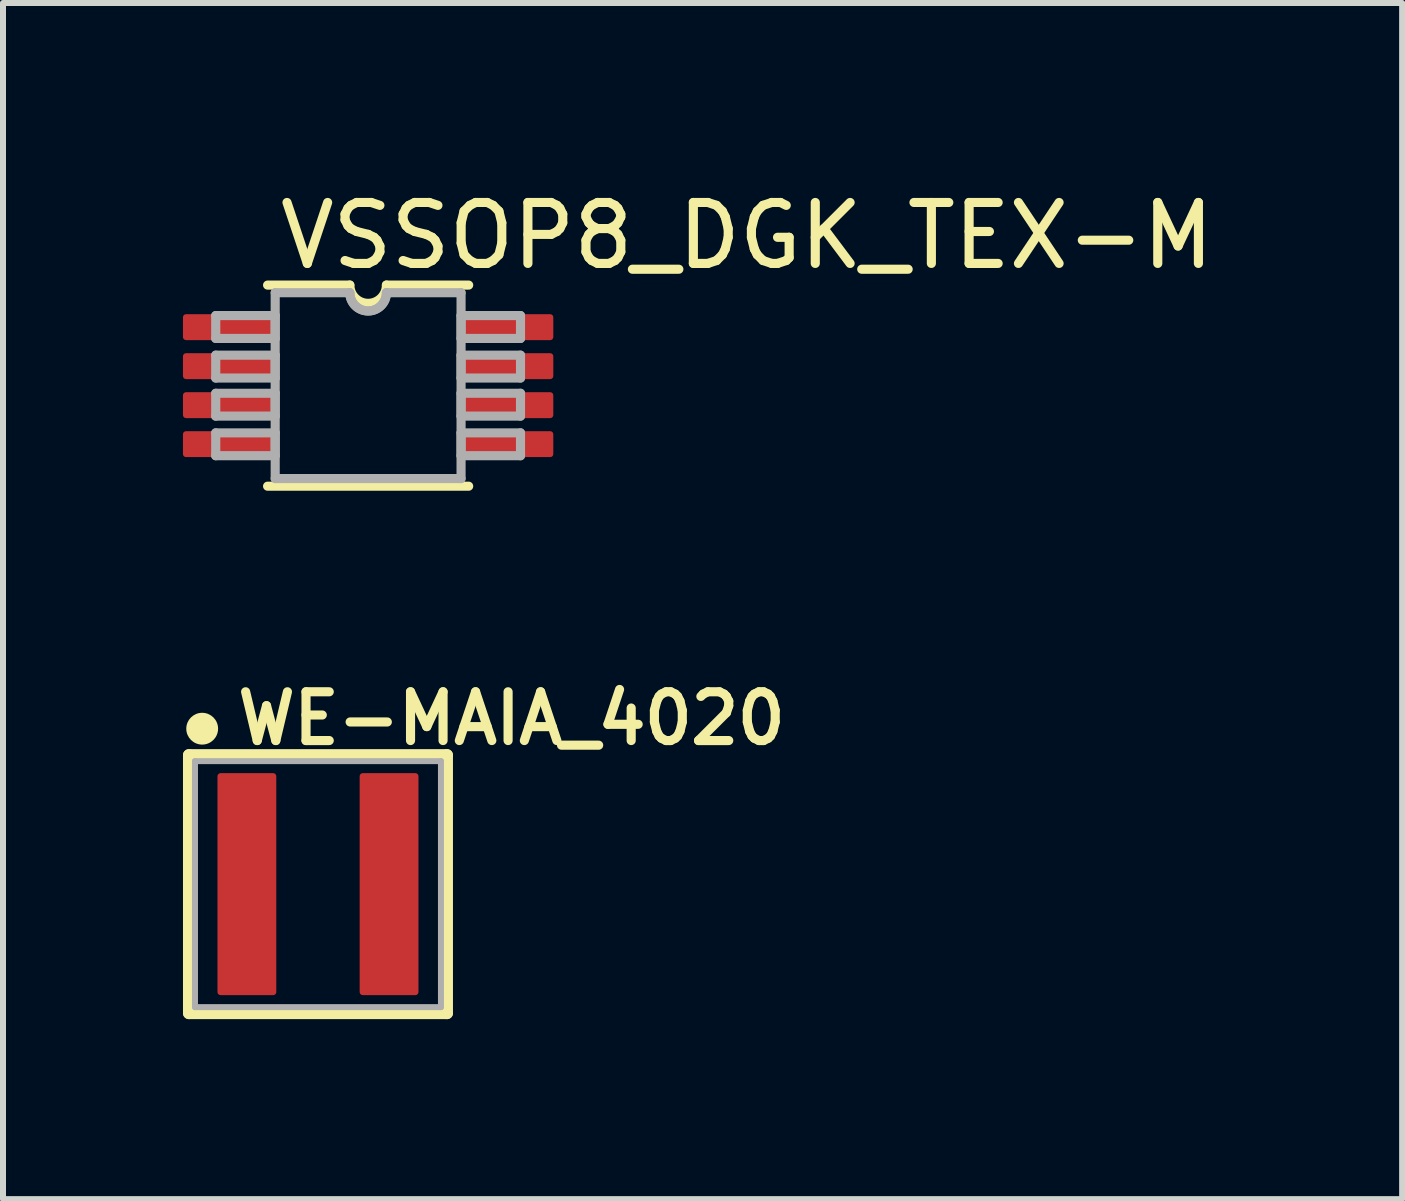
<source format=kicad_pcb>
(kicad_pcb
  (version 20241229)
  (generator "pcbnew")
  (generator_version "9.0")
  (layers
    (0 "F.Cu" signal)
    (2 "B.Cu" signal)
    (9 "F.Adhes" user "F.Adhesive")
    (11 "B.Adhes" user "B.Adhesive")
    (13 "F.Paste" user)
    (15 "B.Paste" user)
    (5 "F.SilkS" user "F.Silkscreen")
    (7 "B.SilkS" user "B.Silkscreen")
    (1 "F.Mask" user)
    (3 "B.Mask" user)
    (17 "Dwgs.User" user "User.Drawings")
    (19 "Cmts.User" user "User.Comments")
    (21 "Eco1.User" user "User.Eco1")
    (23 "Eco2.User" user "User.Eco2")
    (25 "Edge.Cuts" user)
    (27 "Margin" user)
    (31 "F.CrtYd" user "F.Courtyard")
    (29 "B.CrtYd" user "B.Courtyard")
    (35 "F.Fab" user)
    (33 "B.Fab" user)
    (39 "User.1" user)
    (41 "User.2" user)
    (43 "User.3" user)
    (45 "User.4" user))
  (footprint "VSSOP8_DGK_TEX-M"
    (layer "F.Cu")
    (at 3.086 3.378)
    (property "Reference" "VSSOP8_DGK_TEX-M" (at -1.549 -1.905 0) (layer "F.SilkS") (effects (font (size 1.016 1.016) (thickness 0.152)) (justify left bottom)))
    (attr smd)
    (fp_line (start -1.676 1.676) (end 1.676 1.676) (stroke (width 0.152) (type solid)) (layer "F.SilkS"))
    (fp_line (start -0.305 -1.676) (end -1.676 -1.676) (stroke (width 0.152) (type solid)) (layer "F.SilkS"))
    (fp_line (start 1.676 -1.676) (end 0.305 -1.676) (stroke (width 0.152) (type solid)) (layer "F.SilkS"))
    (fp_arc (start 0.3048 -1.6764) (mid 0 -1.3716) (end -0.3048 -1.6764) (stroke (width 0.1524) (type solid)) (layer "F.SilkS"))
    (fp_line (start -2.54 -1.168) (end -2.54 -0.787) (stroke (width 0.152) (type solid)) (layer "F.Fab"))
    (fp_line (start -2.54 -0.787) (end -1.549 -0.787) (stroke (width 0.152) (type solid)) (layer "F.Fab"))
    (fp_line (start -2.54 -0.508) (end -2.54 -0.127) (stroke (width 0.152) (type solid)) (layer "F.Fab"))
    (fp_line (start -2.54 -0.127) (end -1.549 -0.127) (stroke (width 0.152) (type solid)) (layer "F.Fab"))
    (fp_line (start -2.54 0.127) (end -2.54 0.508) (stroke (width 0.152) (type solid)) (layer "F.Fab"))
    (fp_line (start -2.54 0.508) (end -1.549 0.508) (stroke (width 0.152) (type solid)) (layer "F.Fab"))
    (fp_line (start -2.54 0.787) (end -2.54 1.168) (stroke (width 0.152) (type solid)) (layer "F.Fab"))
    (fp_line (start -2.54 1.168) (end -1.549 1.168) (stroke (width 0.152) (type solid)) (layer "F.Fab"))
    (fp_line (start -1.549 -1.549) (end -1.549 1.549) (stroke (width 0.152) (type solid)) (layer "F.Fab"))
    (fp_line (start -1.549 -1.168) (end -2.54 -1.168) (stroke (width 0.152) (type solid)) (layer "F.Fab"))
    (fp_line (start -1.549 -0.787) (end -1.549 -1.168) (stroke (width 0.152) (type solid)) (layer "F.Fab"))
    (fp_line (start -1.549 -0.508) (end -2.54 -0.508) (stroke (width 0.152) (type solid)) (layer "F.Fab"))
    (fp_line (start -1.549 -0.127) (end -1.549 -0.508) (stroke (width 0.152) (type solid)) (layer "F.Fab"))
    (fp_line (start -1.549 0.127) (end -2.54 0.127) (stroke (width 0.152) (type solid)) (layer "F.Fab"))
    (fp_line (start -1.549 0.508) (end -1.549 0.127) (stroke (width 0.152) (type solid)) (layer "F.Fab"))
    (fp_line (start -1.549 0.787) (end -2.54 0.787) (stroke (width 0.152) (type solid)) (layer "F.Fab"))
    (fp_line (start -1.549 1.168) (end -1.549 0.787) (stroke (width 0.152) (type solid)) (layer "F.Fab"))
    (fp_line (start -1.549 1.549) (end 1.549 1.549) (stroke (width 0.152) (type solid)) (layer "F.Fab"))
    (fp_line (start -0.305 -1.549) (end -1.549 -1.549) (stroke (width 0.152) (type solid)) (layer "F.Fab"))
    (fp_line (start 1.549 -1.549) (end 0.305 -1.549) (stroke (width 0.152) (type solid)) (layer "F.Fab"))
    (fp_line (start 1.549 -1.168) (end 1.549 -0.787) (stroke (width 0.152) (type solid)) (layer "F.Fab"))
    (fp_line (start 1.549 -0.787) (end 2.54 -0.787) (stroke (width 0.152) (type solid)) (layer "F.Fab"))
    (fp_line (start 1.549 -0.508) (end 1.549 -0.127) (stroke (width 0.152) (type solid)) (layer "F.Fab"))
    (fp_line (start 1.549 -0.127) (end 2.54 -0.127) (stroke (width 0.152) (type solid)) (layer "F.Fab"))
    (fp_line (start 1.549 0.127) (end 1.549 0.508) (stroke (width 0.152) (type solid)) (layer "F.Fab"))
    (fp_line (start 1.549 0.508) (end 2.54 0.508) (stroke (width 0.152) (type solid)) (layer "F.Fab"))
    (fp_line (start 1.549 0.787) (end 1.549 1.168) (stroke (width 0.152) (type solid)) (layer "F.Fab"))
    (fp_line (start 1.549 1.168) (end 2.54 1.168) (stroke (width 0.152) (type solid)) (layer "F.Fab"))
    (fp_line (start 1.549 1.549) (end 1.549 -1.549) (stroke (width 0.152) (type solid)) (layer "F.Fab"))
    (fp_line (start 2.54 -1.168) (end 1.549 -1.168) (stroke (width 0.152) (type solid)) (layer "F.Fab"))
    (fp_line (start 2.54 -0.787) (end 2.54 -1.168) (stroke (width 0.152) (type solid)) (layer "F.Fab"))
    (fp_line (start 2.54 -0.508) (end 1.549 -0.508) (stroke (width 0.152) (type solid)) (layer "F.Fab"))
    (fp_line (start 2.54 -0.127) (end 2.54 -0.508) (stroke (width 0.152) (type solid)) (layer "F.Fab"))
    (fp_line (start 2.54 0.127) (end 1.549 0.127) (stroke (width 0.152) (type solid)) (layer "F.Fab"))
    (fp_line (start 2.54 0.508) (end 2.54 0.127) (stroke (width 0.152) (type solid)) (layer "F.Fab"))
    (fp_line (start 2.54 0.787) (end 1.549 0.787) (stroke (width 0.152) (type solid)) (layer "F.Fab"))
    (fp_line (start 2.54 1.168) (end 2.54 0.787) (stroke (width 0.152) (type solid)) (layer "F.Fab"))
    (fp_arc (start 0.3048 -1.5494) (mid 0 -1.2446) (end -0.3048 -1.5494) (stroke (width 0.1524) (type solid)) (layer "F.Fab"))
    (fp_arc (start 0.3048 -1.5494) (mid 0 -1.2446) (end -0.3048 -1.5494) (stroke (width 0.1524) (type solid)) (layer "F.Fab"))
    (pad "1" smd roundrect (at -2.318 -0.975) (size 1.537 0.432) (layers "F.Cu" "F.Mask" "F.Paste") (roundrect_rratio 0.118))
    (pad "2" smd roundrect (at -2.318 -0.325) (size 1.537 0.432) (layers "F.Cu" "F.Mask" "F.Paste") (roundrect_rratio 0.118))
    (pad "3" smd roundrect (at -2.318 0.325) (size 1.537 0.432) (layers "F.Cu" "F.Mask" "F.Paste") (roundrect_rratio 0.118))
    (pad "4" smd roundrect (at -2.318 0.975) (size 1.537 0.432) (layers "F.Cu" "F.Mask" "F.Paste") (roundrect_rratio 0.118))
    (pad "5" smd roundrect (at 2.318 0.975) (size 1.537 0.432) (layers "F.Cu" "F.Mask" "F.Paste") (roundrect_rratio 0.118))
    (pad "6" smd roundrect (at 2.318 0.325) (size 1.537 0.432) (layers "F.Cu" "F.Mask" "F.Paste") (roundrect_rratio 0.118))
    (pad "7" smd roundrect (at 2.318 -0.325) (size 1.537 0.432) (layers "F.Cu" "F.Mask" "F.Paste") (roundrect_rratio 0.118))
    (pad "8" smd roundrect (at 2.318 -0.975) (size 1.537 0.432) (layers "F.Cu" "F.Mask" "F.Paste") (roundrect_rratio 0.118)))
  (footprint "WE-MAIA_4020"
    (layer "F.Cu")
    (at 2.25 11.687)
    (property "Reference" "WE-MAIA_4020" (at -1.422 -2.286 0) (layer "F.SilkS") (effects (font (size 0.813 0.813) (thickness 0.152) (bold yes)) (justify left bottom)))
    (attr smd)
    (fp_line (start -2.15 -2.15) (end 2.15 -2.15) (stroke (width 0.2) (type solid)) (layer "F.SilkS"))
    (fp_line (start -2.15 2.15) (end -2.15 -2.15) (stroke (width 0.2) (type solid)) (layer "F.SilkS"))
    (fp_line (start 2.15 -2.15) (end 2.15 2.15) (stroke (width 0.2) (type solid)) (layer "F.SilkS"))
    (fp_line (start 2.15 2.15) (end -2.15 2.15) (stroke (width 0.2) (type solid)) (layer "F.SilkS"))
    (fp_circle (center -1.93 -2.591) (end -1.715 -2.591) (stroke (width 0.1) (type solid)) (fill yes) (layer "F.SilkS"))
    (fp_line (start -2.05 -2.05) (end 2.05 -2.05) (stroke (width 0.1) (type solid)) (layer "F.Fab"))
    (fp_line (start -2.05 2.05) (end -2.05 -2.05) (stroke (width 0.1) (type solid)) (layer "F.Fab"))
    (fp_line (start 2.05 -2.05) (end 2.05 2.05) (stroke (width 0.1) (type solid)) (layer "F.Fab"))
    (fp_line (start 2.05 2.05) (end -2.05 2.05) (stroke (width 0.1) (type solid)) (layer "F.Fab"))
    (pad "1" smd roundrect (at -1.185 0 90) (size 3.7 0.98) (layers "F.Cu" "F.Mask" "F.Paste") (roundrect_rratio 0.052))
    (pad "2" smd roundrect (at 1.185 0 90) (size 3.7 0.98) (layers "F.Cu" "F.Mask" "F.Paste") (roundrect_rratio 0.052)))
  (gr_rect
    (start -3 -3)
    (end 20.321 16.937)
    (stroke (width 0.1) (type default))
    (fill no)
    (layer "Edge.Cuts")))
</source>
